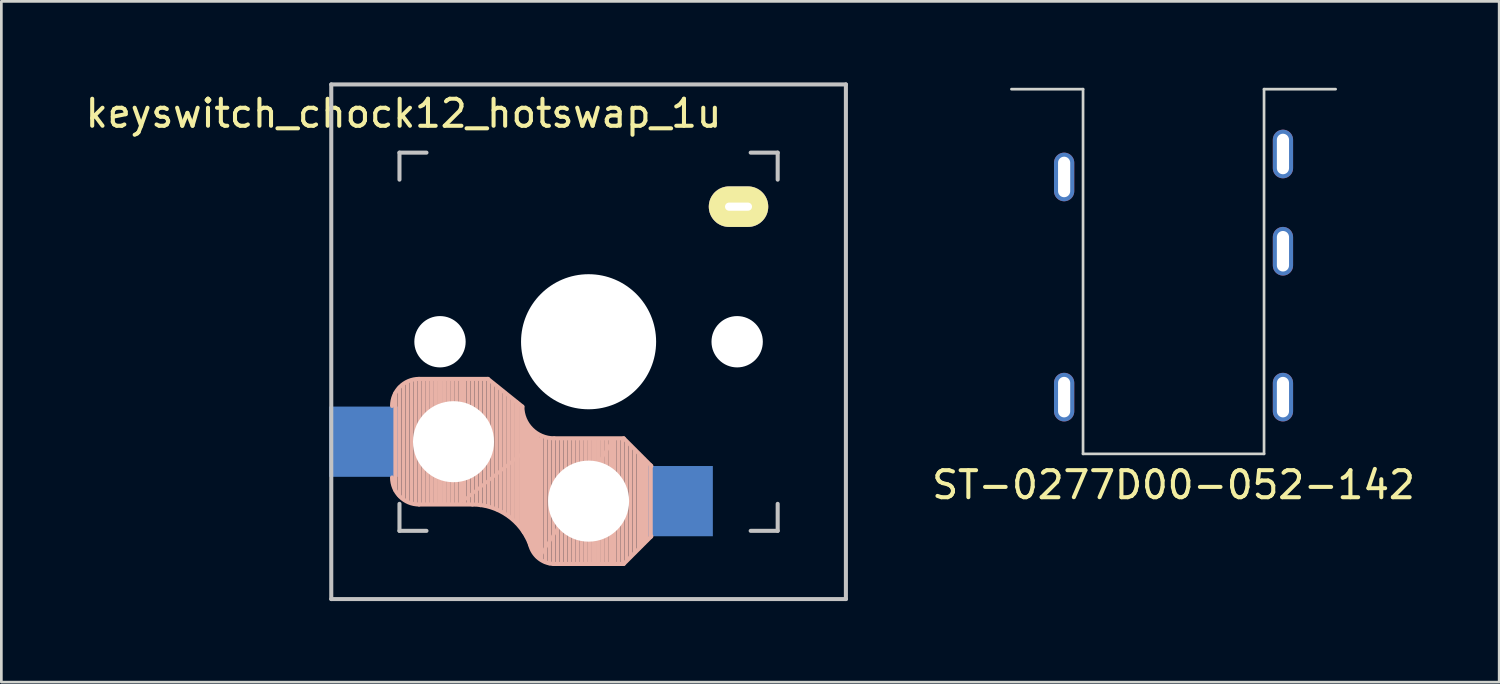
<source format=kicad_pcb>
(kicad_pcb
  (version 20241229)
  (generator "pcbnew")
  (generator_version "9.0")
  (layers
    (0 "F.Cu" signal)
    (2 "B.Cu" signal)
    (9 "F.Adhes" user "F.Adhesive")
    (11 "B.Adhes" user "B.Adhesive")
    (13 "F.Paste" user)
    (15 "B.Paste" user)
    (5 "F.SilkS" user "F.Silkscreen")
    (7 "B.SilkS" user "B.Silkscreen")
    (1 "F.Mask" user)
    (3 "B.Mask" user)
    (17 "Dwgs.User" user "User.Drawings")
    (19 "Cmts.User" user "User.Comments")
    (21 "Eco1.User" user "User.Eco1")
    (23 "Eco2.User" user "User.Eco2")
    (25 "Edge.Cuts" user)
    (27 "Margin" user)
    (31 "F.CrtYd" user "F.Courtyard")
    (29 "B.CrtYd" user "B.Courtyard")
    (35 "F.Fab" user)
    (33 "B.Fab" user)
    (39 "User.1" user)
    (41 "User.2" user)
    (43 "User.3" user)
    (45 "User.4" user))
  (footprint "ST-0277D00-052-142"
    (layer "F.Cu")
    (at 40.39 0.25)
    (property "Reference" "ST-0277D00-052-142" (at 0 14.65 0) (layer "F.SilkS") (effects (font (size 1 1) (thickness 0.15))))
    (attr smd)
    (fp_line (start -3.35 0) (end -6 0) (stroke (width 0.1) (type solid)) (layer "Edge.Cuts"))
    (fp_line (start -3.35 0) (end -3.35 13.5) (stroke (width 0.1) (type solid)) (layer "Edge.Cuts"))
    (fp_line (start -3.35 13.5) (end 3.35 13.5) (stroke (width 0.1) (type solid)) (layer "Edge.Cuts"))
    (fp_line (start 3.35 0) (end 3.35 13.5) (stroke (width 0.1) (type solid)) (layer "Edge.Cuts"))
    (fp_line (start 6 0) (end 3.35 0) (stroke (width 0.1) (type solid)) (layer "Edge.Cuts"))
    (pad "R2" thru_hole oval (at -4.05 3.25) (size 0.75 1.8) (drill oval 0.45 1.5) (layers "*.Cu" "*.Mask"))
    (pad "R3" thru_hole oval (at 4.05 6) (size 0.75 1.8) (drill oval 0.45 1.5) (layers "*.Cu" "*.Mask"))
    (pad "S" thru_hole oval (at 4.05 2.4) (size 0.75 1.8) (drill oval 0.45 1.5) (layers "*.Cu" "*.Mask"))
    (pad "T" thru_hole oval (at -4.05 11.4) (size 0.75 1.8) (drill oval 0.45 1.5) (layers "*.Cu" "*.Mask"))
    (pad "T" thru_hole oval (at 4.05 11.4) (size 0.75 1.8) (drill oval 0.45 1.5) (layers "*.Cu" "*.Mask")))
  (footprint "keyswitch_chock12_hotswap_1u"
    (layer "F.Cu")
    (at 18.737 9.6)
    (property "Reference" "keyswitch_chock12_hotswap_1u" (at -6.85 -8.45 0) (layer "F.SilkS") (effects (font (size 1 1) (thickness 0.15))))
    (attr through_hole)
    (fp_line (start -7.15 5.5) (end -7.15 1.9) (stroke (width 0.15) (type solid)) (layer "B.SilkS"))
    (fp_line (start -7 5.7) (end -7 1.7) (stroke (width 0.15) (type solid)) (layer "B.SilkS"))
    (fp_line (start -6.85 5.8) (end -6.85 1.6) (stroke (width 0.15) (type solid)) (layer "B.SilkS"))
    (fp_line (start -6.7 5.9) (end -6.7 1.5) (stroke (width 0.15) (type solid)) (layer "B.SilkS"))
    (fp_line (start -6.55 5.95) (end -6.55 1.45) (stroke (width 0.15) (type solid)) (layer "B.SilkS"))
    (fp_line (start -6.4 6) (end -6.4 1.45) (stroke (width 0.15) (type solid)) (layer "B.SilkS"))
    (fp_line (start -6.25 6) (end -6.25 1.4) (stroke (width 0.15) (type solid)) (layer "B.SilkS"))
    (fp_line (start -6.1 6) (end -6.1 1.4) (stroke (width 0.15) (type solid)) (layer "B.SilkS"))
    (fp_line (start -5.95 6) (end -5.95 1.4) (stroke (width 0.15) (type solid)) (layer "B.SilkS"))
    (fp_line (start -5.8 6) (end -5.8 1.4) (stroke (width 0.15) (type solid)) (layer "B.SilkS"))
    (fp_line (start -5.65 6) (end -5.65 1.4) (stroke (width 0.15) (type solid)) (layer "B.SilkS"))
    (fp_line (start -5.5 6) (end -5.5 1.4) (stroke (width 0.15) (type solid)) (layer "B.SilkS"))
    (fp_line (start -5.35 6) (end -5.35 1.4) (stroke (width 0.15) (type solid)) (layer "B.SilkS"))
    (fp_line (start -5.2 6) (end -5.2 1.4) (stroke (width 0.15) (type solid)) (layer "B.SilkS"))
    (fp_line (start -5.05 6) (end -5.05 1.4) (stroke (width 0.15) (type solid)) (layer "B.SilkS"))
    (fp_line (start -4.9 6) (end -4.9 1.4) (stroke (width 0.15) (type solid)) (layer "B.SilkS"))
    (fp_line (start -4.75 6) (end -4.75 1.4) (stroke (width 0.15) (type solid)) (layer "B.SilkS"))
    (fp_line (start -4.65 5.9) (end -4.65 1.4) (stroke (width 0.12) (type solid)) (layer "B.SilkS"))
    (fp_line (start -4.6 6) (end -4.6 1.4) (stroke (width 0.15) (type solid)) (layer "B.SilkS"))
    (fp_line (start -4.45 6) (end -4.45 1.4) (stroke (width 0.15) (type solid)) (layer "B.SilkS"))
    (fp_line (start -4.3 6) (end -4.3 1.4) (stroke (width 0.15) (type solid)) (layer "B.SilkS"))
    (fp_line (start -4.3 6.025) (end -6.275 6.025) (stroke (width 0.15) (type solid)) (layer "B.SilkS"))
    (fp_line (start -4.15 6) (end -4.15 1.45) (stroke (width 0.15) (type solid)) (layer "B.SilkS"))
    (fp_line (start -4 6.05) (end -4 1.4) (stroke (width 0.15) (type solid)) (layer "B.SilkS"))
    (fp_line (start -3.85 6.05) (end -3.85 1.4) (stroke (width 0.15) (type solid)) (layer "B.SilkS"))
    (fp_line (start -3.725 1.375) (end -6.275 1.375) (stroke (width 0.15) (type solid)) (layer "B.SilkS"))
    (fp_line (start -3.725 1.375) (end -2.45 2.4) (stroke (width 0.15) (type solid)) (layer "B.SilkS"))
    (fp_line (start -3.7 6.05) (end -3.7 1.45) (stroke (width 0.15) (type solid)) (layer "B.SilkS"))
    (fp_line (start -3.55 6.1) (end -3.55 1.55) (stroke (width 0.15) (type solid)) (layer "B.SilkS"))
    (fp_line (start -3.4 6.2) (end -3.4 1.65) (stroke (width 0.15) (type solid)) (layer "B.SilkS"))
    (fp_line (start -3.25 6.25) (end -3.25 1.8) (stroke (width 0.15) (type solid)) (layer "B.SilkS"))
    (fp_line (start -3.1 6.35) (end -3.1 1.9) (stroke (width 0.15) (type solid)) (layer "B.SilkS"))
    (fp_line (start -2.95 6.45) (end -2.95 2.05) (stroke (width 0.15) (type solid)) (layer "B.SilkS"))
    (fp_line (start -2.8 6.55) (end -2.8 2.15) (stroke (width 0.15) (type solid)) (layer "B.SilkS"))
    (fp_line (start -2.65 6.7) (end -2.65 2.25) (stroke (width 0.15) (type solid)) (layer "B.SilkS"))
    (fp_line (start -2.5 6.85) (end -2.5 2.4) (stroke (width 0.15) (type solid)) (layer "B.SilkS"))
    (fp_line (start -2.4 7.05) (end -2.4 2.9) (stroke (width 0.15) (type solid)) (layer "B.SilkS"))
    (fp_line (start -2.3 7.2) (end -2.3 3.05) (stroke (width 0.15) (type solid)) (layer "B.SilkS"))
    (fp_line (start -2.2 7.4) (end -2.2 3.25) (stroke (width 0.15) (type solid)) (layer "B.SilkS"))
    (fp_line (start -2.1 7.55) (end -2.1 3.35) (stroke (width 0.15) (type solid)) (layer "B.SilkS"))
    (fp_line (start -2 7.8) (end -2 3.4) (stroke (width 0.15) (type solid)) (layer "B.SilkS"))
    (fp_line (start -1.9 7.95) (end -1.9 3.45) (stroke (width 0.15) (type solid)) (layer "B.SilkS"))
    (fp_line (start -1.8 3.6) (end -4.65 5.9) (stroke (width 0.12) (type solid)) (layer "B.SilkS"))
    (fp_line (start -1.8 7.95) (end -1.8 3.6) (stroke (width 0.12) (type solid)) (layer "B.SilkS"))
    (fp_line (start -1.75 8.05) (end -1.75 3.5) (stroke (width 0.15) (type solid)) (layer "B.SilkS"))
    (fp_line (start -1.6 8.15) (end -1.6 3.6) (stroke (width 0.15) (type solid)) (layer "B.SilkS"))
    (fp_line (start -1.45 8.2) (end -1.45 3.6) (stroke (width 0.15) (type solid)) (layer "B.SilkS"))
    (fp_line (start -1.3 8.2) (end -1.3 3.6) (stroke (width 0.15) (type solid)) (layer "B.SilkS"))
    (fp_line (start -1.15 8.2) (end -1.15 3.65) (stroke (width 0.15) (type solid)) (layer "B.SilkS"))
    (fp_line (start -1 8.2) (end -1 3.6) (stroke (width 0.15) (type solid)) (layer "B.SilkS"))
    (fp_line (start -0.85 8.2) (end -0.85 3.6) (stroke (width 0.15) (type solid)) (layer "B.SilkS"))
    (fp_line (start -0.7 8.2) (end -0.7 3.6) (stroke (width 0.15) (type solid)) (layer "B.SilkS"))
    (fp_line (start -0.55 8.2) (end -0.55 3.6) (stroke (width 0.15) (type solid)) (layer "B.SilkS"))
    (fp_line (start -0.4 8.2) (end -0.4 3.6) (stroke (width 0.15) (type solid)) (layer "B.SilkS"))
    (fp_line (start -0.25 8.2) (end -0.25 3.6) (stroke (width 0.15) (type solid)) (layer "B.SilkS"))
    (fp_line (start -0.1 8.2) (end -0.1 3.6) (stroke (width 0.15) (type solid)) (layer "B.SilkS"))
    (fp_line (start 0.05 8.2) (end 0.05 3.6) (stroke (width 0.15) (type solid)) (layer "B.SilkS"))
    (fp_line (start 0.2 8.2) (end 0.2 3.6) (stroke (width 0.15) (type solid)) (layer "B.SilkS"))
    (fp_line (start 0.35 8.2) (end 0.35 3.6) (stroke (width 0.15) (type solid)) (layer "B.SilkS"))
    (fp_line (start 0.5 8.2) (end 0.5 3.6) (stroke (width 0.15) (type solid)) (layer "B.SilkS"))
    (fp_line (start 0.65 8.2) (end 0.65 3.6) (stroke (width 0.15) (type solid)) (layer "B.SilkS"))
    (fp_line (start 0.8 8.2) (end 0.8 3.6) (stroke (width 0.15) (type solid)) (layer "B.SilkS"))
    (fp_line (start 0.9 3.65) (end -1.8 7.95) (stroke (width 0.12) (type solid)) (layer "B.SilkS"))
    (fp_line (start 0.9 8.1) (end 0.9 3.65) (stroke (width 0.12) (type solid)) (layer "B.SilkS"))
    (fp_line (start 0.95 8.2) (end 0.95 3.6) (stroke (width 0.15) (type solid)) (layer "B.SilkS"))
    (fp_line (start 1.1 8.2) (end 1.1 3.6) (stroke (width 0.15) (type solid)) (layer "B.SilkS"))
    (fp_line (start 1.25 8.2) (end 1.25 3.6) (stroke (width 0.15) (type solid)) (layer "B.SilkS"))
    (fp_line (start 1.3 3.575) (end -1.275 3.575) (stroke (width 0.15) (type solid)) (layer "B.SilkS"))
    (fp_line (start 1.3 3.575) (end 2.325 4.6) (stroke (width 0.15) (type solid)) (layer "B.SilkS"))
    (fp_line (start 1.3 8.225) (end -1.3 8.225) (stroke (width 0.15) (type solid)) (layer "B.SilkS"))
    (fp_line (start 1.3 8.225) (end 2.325 7.2) (stroke (width 0.15) (type solid)) (layer "B.SilkS"))
    (fp_line (start 1.4 8.1) (end 1.4 3.7) (stroke (width 0.15) (type solid)) (layer "B.SilkS"))
    (fp_line (start 1.55 7.95) (end 1.55 3.85) (stroke (width 0.15) (type solid)) (layer "B.SilkS"))
    (fp_line (start 1.7 7.8) (end 1.7 4) (stroke (width 0.15) (type solid)) (layer "B.SilkS"))
    (fp_line (start 1.85 7.65) (end 1.85 4.15) (stroke (width 0.15) (type solid)) (layer "B.SilkS"))
    (fp_line (start 1.95 7.55) (end 1.95 4.25) (stroke (width 0.15) (type solid)) (layer "B.SilkS"))
    (fp_line (start 2.05 7.45) (end 2.05 4.35) (stroke (width 0.15) (type solid)) (layer "B.SilkS"))
    (fp_line (start 2.15 7.35) (end 2.15 4.45) (stroke (width 0.15) (type solid)) (layer "B.SilkS"))
    (fp_line (start 2.3 4.575) (end 2.3 7.225) (stroke (width 0.15) (type solid)) (layer "B.SilkS"))
    (fp_arc (start -7.275 2.375) (mid -6.982107 1.667893) (end -6.275 1.375) (stroke (width 0.15) (type solid)) (layer "B.SilkS"))
    (fp_arc (start -6.275 6.025) (mid -6.982107 5.732107) (end -7.275 5.025) (stroke (width 0.15) (type solid)) (layer "B.SilkS"))
    (fp_arc (start -4.3 6.025) (mid -2.995114 6.436429) (end -2.162199 7.521904) (stroke (width 0.15) (type solid)) (layer "B.SilkS"))
    (fp_arc (start -1.300995 8.223791) (mid -1.848284 8.016021) (end -2.162199 7.521904) (stroke (width 0.15) (type solid)) (layer "B.SilkS"))
    (fp_arc (start -1.275 3.575) (mid -2.10585 3.23085) (end -2.45 2.4) (stroke (width 0.15) (type solid)) (layer "B.SilkS"))
    (fp_line (start -9.525 -9.525) (end 9.525 -9.525) (stroke (width 0.15) (type solid)) (layer "Dwgs.User"))
    (fp_line (start -9.525 9.525) (end -9.525 -9.525) (stroke (width 0.15) (type solid)) (layer "Dwgs.User"))
    (fp_line (start -7 -7) (end -6 -7) (stroke (width 0.15) (type solid)) (layer "Dwgs.User"))
    (fp_line (start -7 -6) (end -7 -7) (stroke (width 0.15) (type solid)) (layer "Dwgs.User"))
    (fp_line (start -7 7) (end -7 6) (stroke (width 0.15) (type solid)) (layer "Dwgs.User"))
    (fp_line (start -6 7) (end -7 7) (stroke (width 0.15) (type solid)) (layer "Dwgs.User"))
    (fp_line (start 6 7) (end 7 7) (stroke (width 0.15) (type solid)) (layer "Dwgs.User"))
    (fp_line (start 7 -7) (end 6 -7) (stroke (width 0.15) (type solid)) (layer "Dwgs.User"))
    (fp_line (start 7 -6) (end 7 -7) (stroke (width 0.15) (type solid)) (layer "Dwgs.User"))
    (fp_line (start 7 7) (end 7 6) (stroke (width 0.15) (type solid)) (layer "Dwgs.User"))
    (fp_line (start 9.525 -9.525) (end 9.525 9.525) (stroke (width 0.15) (type solid)) (layer "Dwgs.User"))
    (fp_line (start 9.525 9.525) (end -9.525 9.525) (stroke (width 0.15) (type solid)) (layer "Dwgs.User"))
    (pad "" np_thru_hole circle (at -5.5 0 90) (size 1.9 1.9) (drill 1.9) (layers "*.Cu"))
    (pad "" np_thru_hole circle (at -5 3.7 90) (size 3 3) (drill 3) (layers "*.Cu" "*.Mask"))
    (pad "" np_thru_hole circle (at 0 0 90) (size 5 5) (drill 5) (layers "*.Cu"))
    (pad "" np_thru_hole circle (at 0 5.9 90) (size 3 3) (drill 3) (layers "*.Cu" "*.Mask"))
    (pad "" np_thru_hole circle (at 5.5 0 90) (size 1.9 1.9) (drill 1.9) (layers "*.Cu"))
    (pad "" thru_hole oval (at 5.55 -5 180) (size 2.2 1.5) (drill oval 1 0.3) (layers "*.Cu" "B.Mask" "F.SilkS"))
    (pad "1" smd rect (at -8.3 3.7 180) (size 2.6 2.6) (layers "B.Cu" "B.Mask" "B.Paste"))
    (pad "2" smd rect (at 3.3 5.9 180) (size 2.6 2.6) (layers "B.Cu" "B.Mask" "B.Paste")))
  (gr_rect
    (start -3 -3)
    (end 52.444 22.2)
    (stroke (width 0.1) (type default))
    (fill no)
    (layer "Edge.Cuts")))
</source>
